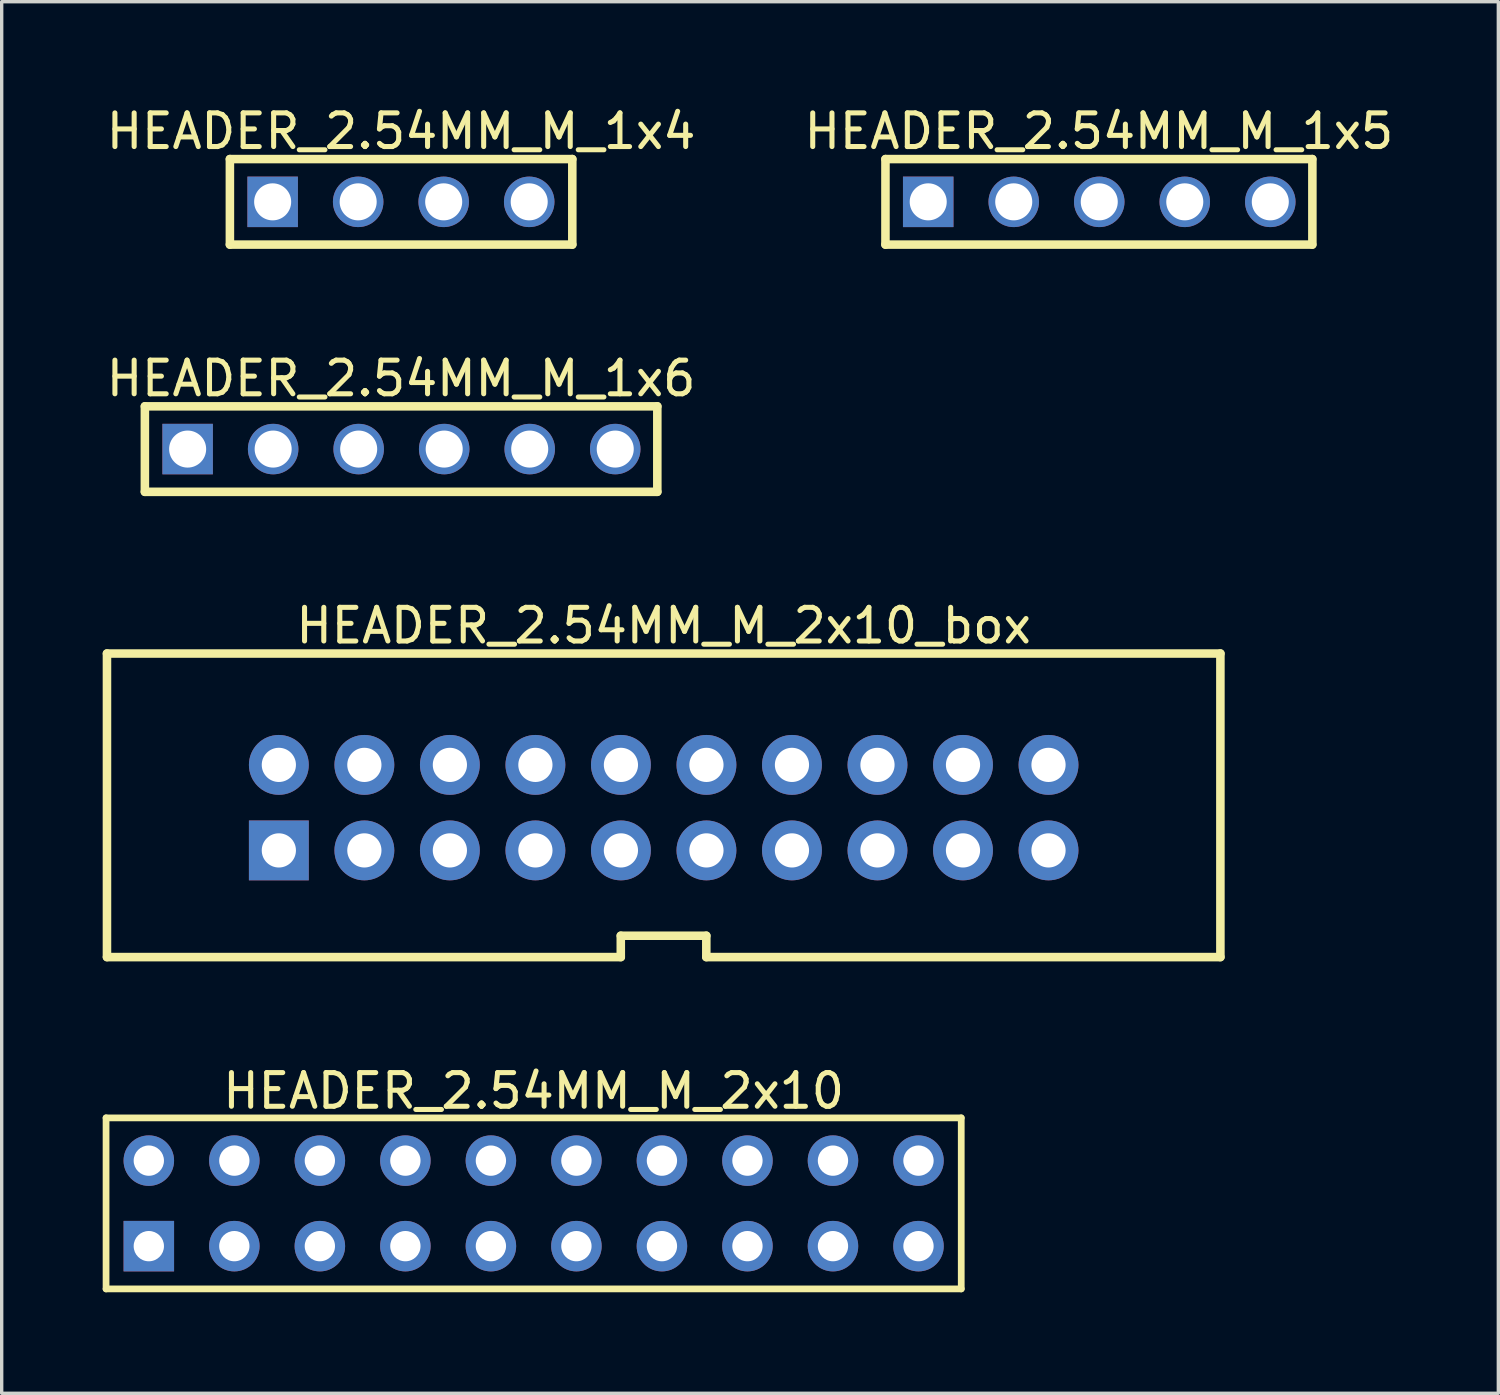
<source format=kicad_pcb>
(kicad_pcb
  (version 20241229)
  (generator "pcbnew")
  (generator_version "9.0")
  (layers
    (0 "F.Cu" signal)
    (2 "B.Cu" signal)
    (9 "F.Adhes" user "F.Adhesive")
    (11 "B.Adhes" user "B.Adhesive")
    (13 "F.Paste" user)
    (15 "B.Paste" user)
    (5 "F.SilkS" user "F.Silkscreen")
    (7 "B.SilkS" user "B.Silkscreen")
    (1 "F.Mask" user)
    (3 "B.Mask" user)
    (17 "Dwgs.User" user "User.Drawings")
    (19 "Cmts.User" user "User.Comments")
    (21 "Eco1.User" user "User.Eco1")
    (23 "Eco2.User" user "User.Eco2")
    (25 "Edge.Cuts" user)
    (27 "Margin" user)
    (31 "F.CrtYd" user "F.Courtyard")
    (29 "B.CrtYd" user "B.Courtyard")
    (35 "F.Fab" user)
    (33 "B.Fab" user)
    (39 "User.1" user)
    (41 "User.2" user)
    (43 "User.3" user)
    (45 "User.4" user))
  (footprint "HEADER_2.54MM_M_2x10_box"
    (layer "F.Cu")
    (at 16.662 20.938)
    (property "Reference" "HEADER_2.54MM_M_2x10_box" (at 0 -5.405 0) (layer "F.SilkS") (effects (font (size 1 1) (thickness 0.15))))
    (fp_line (start -16.535 -4.578) (end 16.535 -4.578) (stroke (width 0.254) (type solid)) (layer "F.SilkS"))
    (fp_line (start -16.535 4.439) (end -16.535 -4.578) (stroke (width 0.254) (type solid)) (layer "F.SilkS"))
    (fp_line (start -16.535 4.439) (end -1.274 4.439) (stroke (width 0.254) (type solid)) (layer "F.SilkS"))
    (fp_line (start -1.274 3.804) (end 1.266 3.804) (stroke (width 0.254) (type solid)) (layer "F.SilkS"))
    (fp_line (start -1.274 4.439) (end -1.274 3.804) (stroke (width 0.254) (type solid)) (layer "F.SilkS"))
    (fp_line (start 1.266 4.439) (end 1.266 3.804) (stroke (width 0.254) (type solid)) (layer "F.SilkS"))
    (fp_line (start 1.266 4.439) (end 16.535 4.439) (stroke (width 0.254) (type solid)) (layer "F.SilkS"))
    (fp_line (start 16.535 4.439) (end 16.535 -4.578) (stroke (width 0.254) (type solid)) (layer "F.SilkS"))
    (pad "1" thru_hole rect (at -11.43 1.27) (size 1.778 1.778) (drill 1.016) (layers "*.Cu" "*.Mask"))
    (pad "2" thru_hole circle (at -11.43 -1.27) (size 1.778 1.778) (drill 1.016) (layers "*.Cu" "*.Mask"))
    (pad "3" thru_hole circle (at -8.89 1.27) (size 1.778 1.778) (drill 1.016) (layers "*.Cu" "*.Mask"))
    (pad "4" thru_hole circle (at -8.89 -1.27) (size 1.778 1.778) (drill 1.016) (layers "*.Cu" "*.Mask"))
    (pad "5" thru_hole circle (at -6.35 1.27) (size 1.778 1.778) (drill 1.016) (layers "*.Cu" "*.Mask"))
    (pad "6" thru_hole circle (at -6.35 -1.27) (size 1.778 1.778) (drill 1.016) (layers "*.Cu" "*.Mask"))
    (pad "7" thru_hole circle (at -3.81 1.27) (size 1.778 1.778) (drill 1.016) (layers "*.Cu" "*.Mask"))
    (pad "8" thru_hole circle (at -3.81 -1.27) (size 1.778 1.778) (drill 1.016) (layers "*.Cu" "*.Mask"))
    (pad "9" thru_hole circle (at -1.27 1.27) (size 1.778 1.778) (drill 1.016) (layers "*.Cu" "*.Mask"))
    (pad "10" thru_hole circle (at -1.27 -1.27) (size 1.778 1.778) (drill 1.016) (layers "*.Cu" "*.Mask"))
    (pad "11" thru_hole circle (at 1.27 1.27) (size 1.778 1.778) (drill 1.016) (layers "*.Cu" "*.Mask"))
    (pad "12" thru_hole circle (at 1.27 -1.27) (size 1.778 1.778) (drill 1.016) (layers "*.Cu" "*.Mask"))
    (pad "13" thru_hole circle (at 3.81 1.27) (size 1.778 1.778) (drill 1.016) (layers "*.Cu" "*.Mask"))
    (pad "14" thru_hole circle (at 3.81 -1.27) (size 1.778 1.778) (drill 1.016) (layers "*.Cu" "*.Mask"))
    (pad "15" thru_hole circle (at 6.35 1.27) (size 1.778 1.778) (drill 1.016) (layers "*.Cu" "*.Mask"))
    (pad "16" thru_hole circle (at 6.35 -1.27) (size 1.778 1.778) (drill 1.016) (layers "*.Cu" "*.Mask"))
    (pad "17" thru_hole circle (at 8.89 1.27) (size 1.778 1.778) (drill 1.016) (layers "*.Cu" "*.Mask"))
    (pad "18" thru_hole circle (at 8.89 -1.27) (size 1.778 1.778) (drill 1.016) (layers "*.Cu" "*.Mask"))
    (pad "19" thru_hole circle (at 11.43 1.27) (size 1.778 1.778) (drill 1.016) (layers "*.Cu" "*.Mask"))
    (pad "20" thru_hole circle (at 11.43 -1.27) (size 1.778 1.778) (drill 1.016) (layers "*.Cu" "*.Mask")))
  (footprint "HEADER_2.54MM_M_1x4"
    (layer "F.Cu")
    (at 8.858 2.945)
    (property "Reference" "HEADER_2.54MM_M_1x4" (at 0.005 -2.097 0) (layer "F.SilkS") (effects (font (size 1 1) (thickness 0.15))))
    (fp_line (start -5.08 -1.27) (end 5.09 -1.27) (stroke (width 0.254) (type solid)) (layer "F.SilkS"))
    (fp_line (start -5.08 1.27) (end -5.08 -1.27) (stroke (width 0.254) (type solid)) (layer "F.SilkS"))
    (fp_line (start -5.08 1.27) (end 5.09 1.27) (stroke (width 0.254) (type solid)) (layer "F.SilkS"))
    (fp_line (start 5.09 1.27) (end 5.09 -1.27) (stroke (width 0.254) (type solid)) (layer "F.SilkS"))
    (pad "1" thru_hole rect (at -3.81 0 270) (size 1.5 1.5) (drill 1.1) (layers "*.Cu" "*.Mask"))
    (pad "2" thru_hole circle (at -1.27 0 270) (size 1.5 1.5) (drill 1.1) (layers "*.Cu" "*.Mask"))
    (pad "3" thru_hole circle (at 1.27 0 270) (size 1.5 1.5) (drill 1.1) (layers "*.Cu" "*.Mask"))
    (pad "4" thru_hole circle (at 3.81 0 270) (size 1.5 1.5) (drill 1.1) (layers "*.Cu" "*.Mask")))
  (footprint "HEADER_2.54MM_M_1x5"
    (layer "F.Cu")
    (at 29.599 2.945)
    (property "Reference" "HEADER_2.54MM_M_1x5" (at -0.01 -2.097 0) (layer "F.SilkS") (effects (font (size 1 1) (thickness 0.15))))
    (fp_line (start -6.35 -1.27) (end 6.325 -1.27) (stroke (width 0.254) (type solid)) (layer "F.SilkS"))
    (fp_line (start -6.35 1.27) (end -6.35 -1.27) (stroke (width 0.254) (type solid)) (layer "F.SilkS"))
    (fp_line (start -6.35 1.27) (end 6.325 1.27) (stroke (width 0.254) (type solid)) (layer "F.SilkS"))
    (fp_line (start 6.33 1.27) (end 6.33 -1.27) (stroke (width 0.254) (type solid)) (layer "F.SilkS"))
    (pad "1" thru_hole rect (at -5.08 0 270) (size 1.5 1.5) (drill 1.1) (layers "*.Cu" "*.Mask"))
    (pad "2" thru_hole circle (at -2.54 0 270) (size 1.5 1.5) (drill 1.1) (layers "*.Cu" "*.Mask"))
    (pad "3" thru_hole circle (at 0 0 270) (size 1.5 1.5) (drill 1.1) (layers "*.Cu" "*.Mask"))
    (pad "4" thru_hole circle (at 2.54 0 270) (size 1.5 1.5) (drill 1.1) (layers "*.Cu" "*.Mask"))
    (pad "5" thru_hole circle (at 5.08 0 270) (size 1.5 1.5) (drill 1.1) (layers "*.Cu" "*.Mask")))
  (footprint "HEADER_2.54MM_M_1x6"
    (layer "F.Cu")
    (at 8.873 10.288)
    (property "Reference" "HEADER_2.54MM_M_1x6" (at -0.01 -2.097 0) (layer "F.SilkS") (effects (font (size 1 1) (thickness 0.15))))
    (fp_line (start -7.62 -1.27) (end 7.6 -1.27) (stroke (width 0.254) (type solid)) (layer "F.SilkS"))
    (fp_line (start -7.62 1.27) (end -7.62 -1.27) (stroke (width 0.254) (type solid)) (layer "F.SilkS"))
    (fp_line (start -7.62 1.27) (end 7.6 1.27) (stroke (width 0.254) (type solid)) (layer "F.SilkS"))
    (fp_line (start 7.6 1.27) (end 7.6 -1.27) (stroke (width 0.254) (type solid)) (layer "F.SilkS"))
    (pad "1" thru_hole rect (at -6.35 0 270) (size 1.5 1.5) (drill 1.1) (layers "*.Cu" "*.Mask"))
    (pad "2" thru_hole circle (at -3.81 0 270) (size 1.5 1.5) (drill 1.1) (layers "*.Cu" "*.Mask"))
    (pad "3" thru_hole circle (at -1.27 0 270) (size 1.5 1.5) (drill 1.1) (layers "*.Cu" "*.Mask"))
    (pad "4" thru_hole circle (at 1.27 0 270) (size 1.5 1.5) (drill 1.1) (layers "*.Cu" "*.Mask"))
    (pad "5" thru_hole circle (at 3.81 0 270) (size 1.5 1.5) (drill 1.1) (layers "*.Cu" "*.Mask"))
    (pad "6" thru_hole circle (at 6.35 0 270) (size 1.5 1.5) (drill 1.1) (layers "*.Cu" "*.Mask")))
  (footprint "HEADER_2.54MM_M_2x10"
    (layer "F.Cu")
    (at 12.8 32.692)
    (property "Reference" "HEADER_2.54MM_M_2x10" (at 0.00008 -3.34 0) (layer "F.SilkS") (effects (font (size 1 1) (thickness 0.15))))
    (fp_line (start -12.7 -2.54) (end 12.7 -2.54) (stroke (width 0.2) (type solid)) (layer "F.SilkS"))
    (fp_line (start -12.7 2.54) (end -12.7 -2.54) (stroke (width 0.2) (type solid)) (layer "F.SilkS"))
    (fp_line (start -12.7 2.54) (end 12.7 2.54) (stroke (width 0.2) (type solid)) (layer "F.SilkS"))
    (fp_line (start 12.7 2.54) (end 12.7 -2.54) (stroke (width 0.2) (type solid)) (layer "F.SilkS"))
    (pad "1" thru_hole rect (at -11.43 1.27) (size 1.5 1.5) (drill 0.9) (layers "*.Cu" "*.Mask"))
    (pad "2" thru_hole circle (at -11.43 -1.27) (size 1.5 1.5) (drill 0.9) (layers "*.Cu" "*.Mask"))
    (pad "3" thru_hole circle (at -8.89 1.27) (size 1.5 1.5) (drill 0.9) (layers "*.Cu" "*.Mask"))
    (pad "4" thru_hole circle (at -8.89 -1.27) (size 1.5 1.5) (drill 0.9) (layers "*.Cu" "*.Mask"))
    (pad "5" thru_hole circle (at -6.35 1.27) (size 1.5 1.5) (drill 0.9) (layers "*.Cu" "*.Mask"))
    (pad "6" thru_hole circle (at -6.35 -1.27) (size 1.5 1.5) (drill 0.9) (layers "*.Cu" "*.Mask"))
    (pad "7" thru_hole circle (at -3.81 1.27) (size 1.5 1.5) (drill 0.9) (layers "*.Cu" "*.Mask"))
    (pad "8" thru_hole circle (at -3.81 -1.27) (size 1.5 1.5) (drill 0.9) (layers "*.Cu" "*.Mask"))
    (pad "9" thru_hole circle (at -1.27 1.27) (size 1.5 1.5) (drill 0.9) (layers "*.Cu" "*.Mask"))
    (pad "10" thru_hole circle (at -1.27 -1.27) (size 1.5 1.5) (drill 0.9) (layers "*.Cu" "*.Mask"))
    (pad "11" thru_hole circle (at 1.27 1.27) (size 1.5 1.5) (drill 0.9) (layers "*.Cu" "*.Mask"))
    (pad "12" thru_hole circle (at 1.27 -1.27) (size 1.5 1.5) (drill 0.9) (layers "*.Cu" "*.Mask"))
    (pad "13" thru_hole circle (at 3.81 1.27) (size 1.5 1.5) (drill 0.9) (layers "*.Cu" "*.Mask"))
    (pad "14" thru_hole circle (at 3.81 -1.27) (size 1.5 1.5) (drill 0.9) (layers "*.Cu" "*.Mask"))
    (pad "15" thru_hole circle (at 6.35 1.27) (size 1.5 1.5) (drill 0.9) (layers "*.Cu" "*.Mask"))
    (pad "16" thru_hole circle (at 6.35 -1.27) (size 1.5 1.5) (drill 0.9) (layers "*.Cu" "*.Mask"))
    (pad "17" thru_hole circle (at 8.89 1.27) (size 1.5 1.5) (drill 0.9) (layers "*.Cu" "*.Mask"))
    (pad "18" thru_hole circle (at 8.89 -1.27) (size 1.5 1.5) (drill 0.9) (layers "*.Cu" "*.Mask"))
    (pad "19" thru_hole circle (at 11.43 1.27) (size 1.5 1.5) (drill 0.9) (layers "*.Cu" "*.Mask"))
    (pad "20" thru_hole circle (at 11.43 -1.27) (size 1.5 1.5) (drill 0.9) (layers "*.Cu" "*.Mask")))
  (gr_rect
    (start -3 -3)
    (end 41.452 38.332)
    (stroke (width 0.1) (type default))
    (fill no)
    (layer "Edge.Cuts")))
</source>
